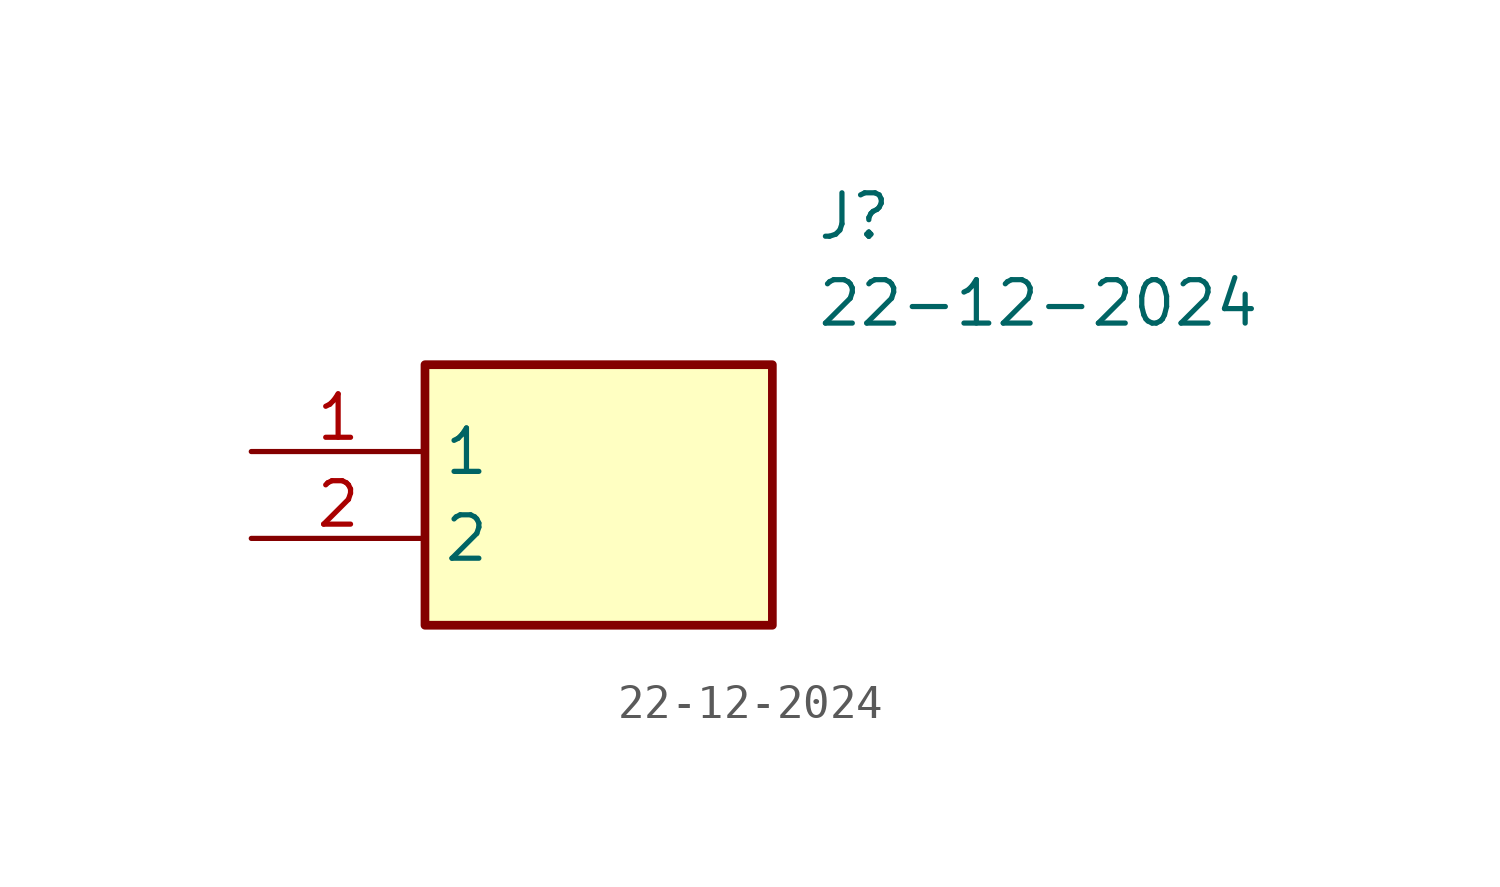
<source format=kicad_sym>
(kicad_symbol_lib
  (version 20211014)
  (generator SamacSys_ECAD_Model)
  (symbol "22-12-2024"
    (property "Reference" "J"
      (at 16.51 7.62 0)
      (effects (font (size 1.27 1.27)) (justify left top)))
    (property "Value" "22-12-2024"
      (at 16.51 5.08 0)
      (effects (font (size 1.27 1.27)) (justify left top)))
    (rectangle
      (start 5.08 2.54)
      (end 15.24 -5.08)
      (stroke (width 0.254) (type default))
      (fill (type background)))
    (pin passive line
      (at 0 0 0)
      (length 5.08)
      (name "1" (effects (font (size 1.27 1.27))))
      (number "1" (effects (font (size 1.27 1.27)))))
    (pin passive line
      (at 0 -2.54 0)
      (length 5.08)
      (name "2" (effects (font (size 1.27 1.27))))
      (number "2" (effects (font (size 1.27 1.27)))))))
</source>
